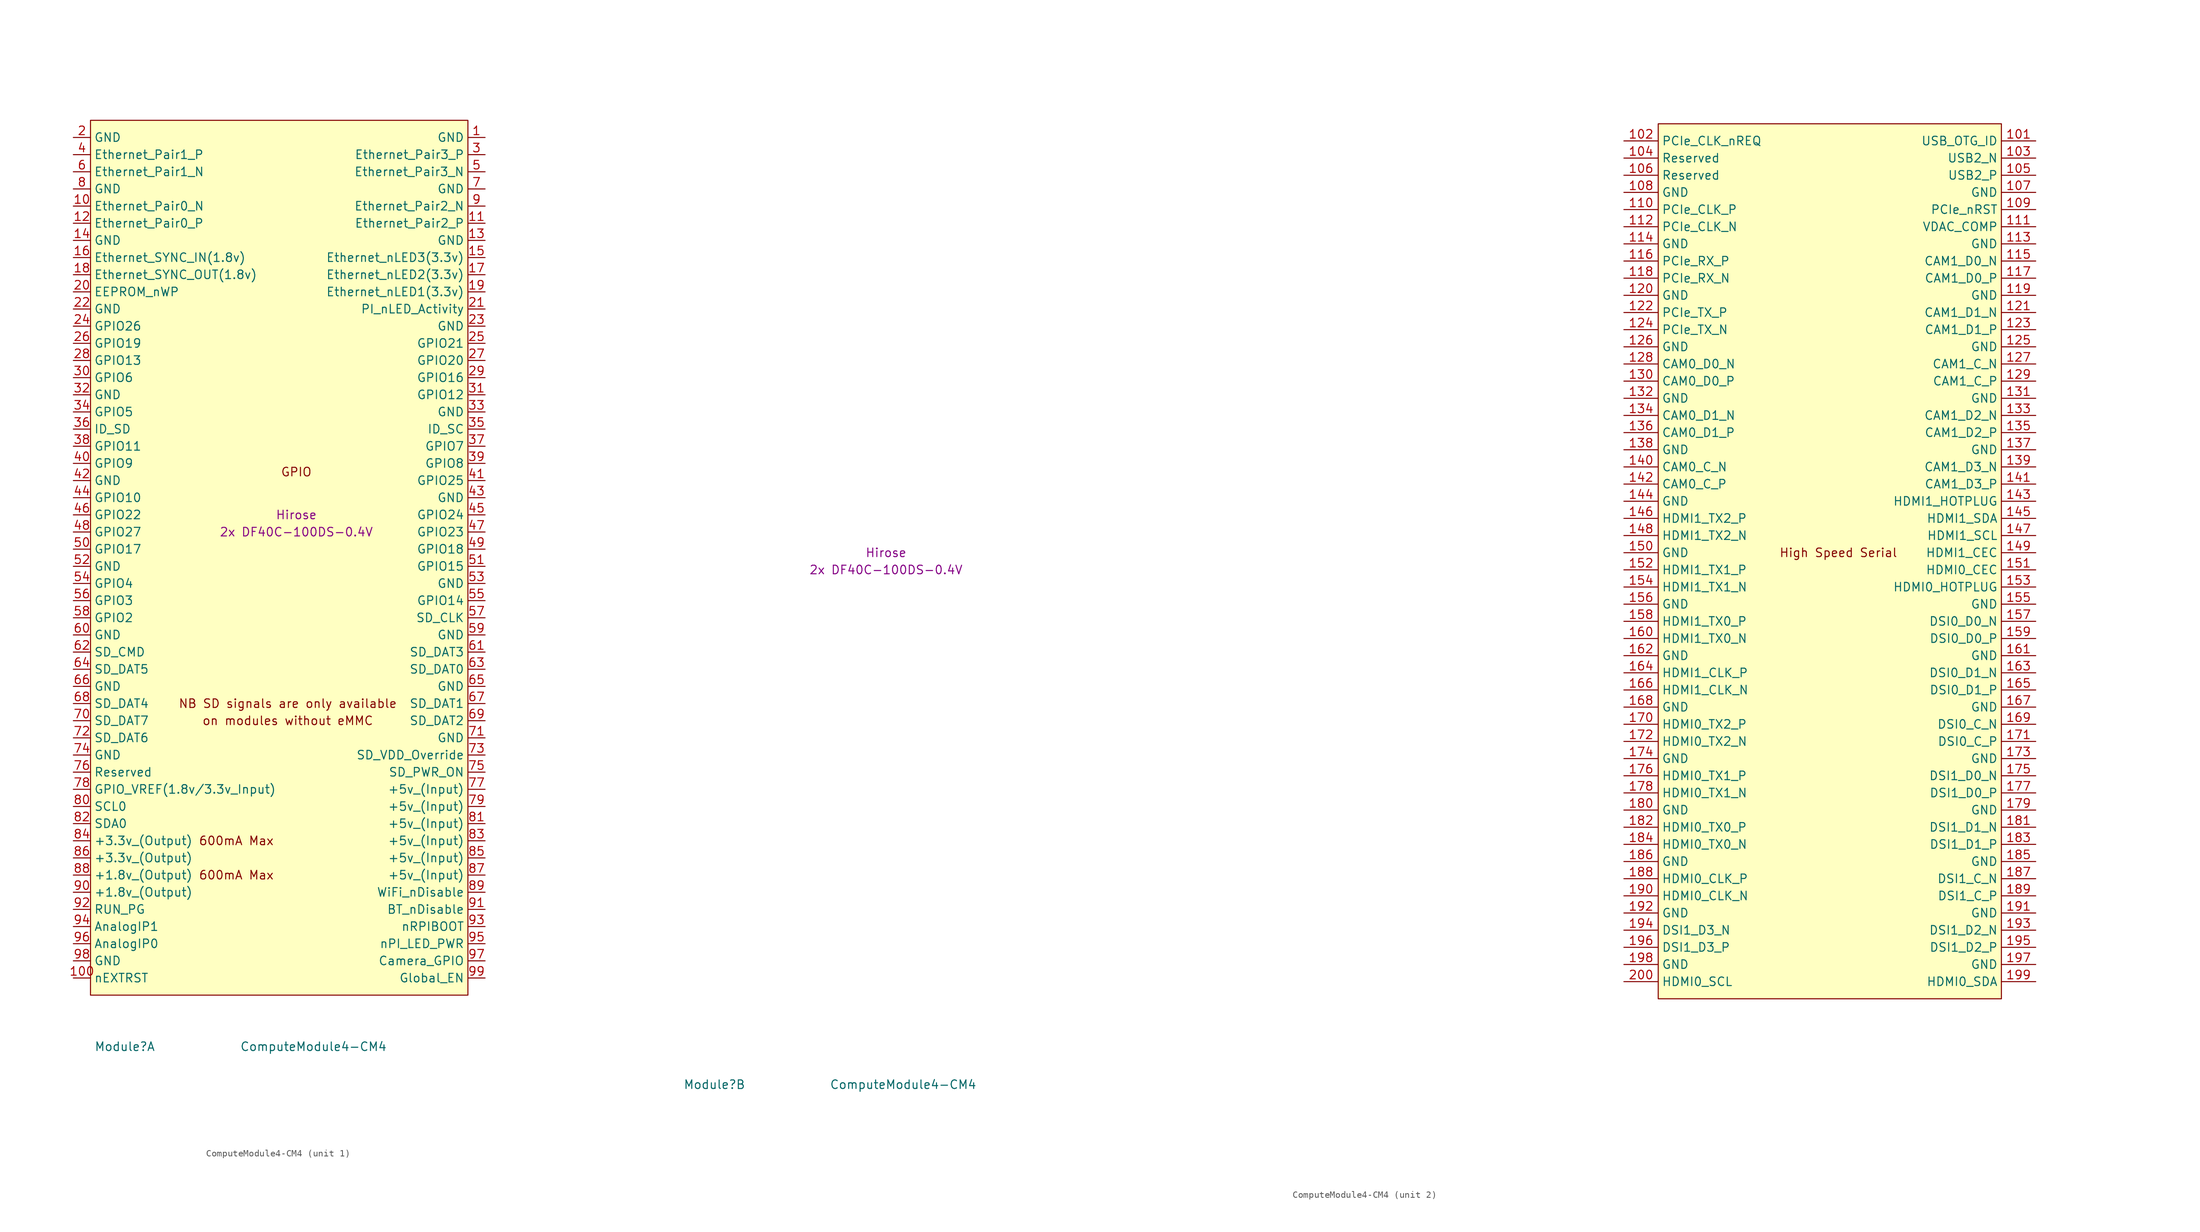
<source format=kicad_sym>
(kicad_symbol_lib
  (version 20220914)
  (generator kicad_symbol_editor)
  (symbol "ComputeModule4-CM4"
    (property "Reference" "Module"
      (at -25.4 -78.74 0)
      (effects (font (size 1.27 1.27))))
    (property "Value" "ComputeModule4-CM4"
      (at 2.54 -78.74 0)
      (effects (font (size 1.27 1.27))))
    (property "Field4" "Hirose"
      (at 0 0 0)
      (effects (font (size 1.27 1.27))))
    (property "Field5" "2x DF40C-100DS-0.4V"
      (at 0 -2.54 0)
      (effects (font (size 1.27 1.27))))
    (symbol "ComputeModule4-CM4_1_0"
      (text "GPIO" (at 0 6.35 0) (effects (font (size 1.27 1.27)))))
    (symbol "ComputeModule4-CM4_1_1"
      (rectangle (start -30.48 -71.12) (end 25.4 58.42) (stroke (width 0) (type default)) (fill (type background)))
      (text "600mA Max" (at -8.89 -53.34 0) (effects (font (size 1.27 1.27))))
      (text "600mA Max" (at -8.89 -48.26 0) (effects (font (size 1.27 1.27))))
      (text "NB SD signals are only available" (at -1.27 -27.94 0) (effects (font (size 1.27 1.27))))
      (text "on modules without eMMC" (at -1.27 -30.48 0) (effects (font (size 1.27 1.27))))
      (pin power_in line (at 27.94 55.88 180) (length 2.54) (name "GND" (effects (font (size 1.27 1.27)))) (number "1" (effects (font (size 1.27 1.27)))))
      (pin passive line (at -33.02 45.72 0) (length 2.54) (name "Ethernet_Pair0_N" (effects (font (size 1.27 1.27)))) (number "10" (effects (font (size 1.27 1.27)))))
      (pin output line (at -33.02 -68.58 0) (length 2.54) (name "nEXTRST" (effects (font (size 1.27 1.27)))) (number "100" (effects (font (size 1.27 1.27)))))
      (pin passive line (at 27.94 43.18 180) (length 2.54) (name "Ethernet_Pair2_P" (effects (font (size 1.27 1.27)))) (number "11" (effects (font (size 1.27 1.27)))))
      (pin passive line (at -33.02 43.18 0) (length 2.54) (name "Ethernet_Pair0_P" (effects (font (size 1.27 1.27)))) (number "12" (effects (font (size 1.27 1.27)))))
      (pin power_in line (at 27.94 40.64 180) (length 2.54) (name "GND" (effects (font (size 1.27 1.27)))) (number "13" (effects (font (size 1.27 1.27)))))
      (pin power_in line (at -33.02 40.64 0) (length 2.54) (name "GND" (effects (font (size 1.27 1.27)))) (number "14" (effects (font (size 1.27 1.27)))))
      (pin output line (at 27.94 38.1 180) (length 2.54) (name "Ethernet_nLED3(3.3v)" (effects (font (size 1.27 1.27)))) (number "15" (effects (font (size 1.27 1.27)))))
      (pin input line (at -33.02 38.1 0) (length 2.54) (name "Ethernet_SYNC_IN(1.8v)" (effects (font (size 1.27 1.27)))) (number "16" (effects (font (size 1.27 1.27)))))
      (pin output line (at 27.94 35.56 180) (length 2.54) (name "Ethernet_nLED2(3.3v)" (effects (font (size 1.27 1.27)))) (number "17" (effects (font (size 1.27 1.27)))))
      (pin input line (at -33.02 35.56 0) (length 2.54) (name "Ethernet_SYNC_OUT(1.8v)" (effects (font (size 1.27 1.27)))) (number "18" (effects (font (size 1.27 1.27)))))
      (pin output line (at 27.94 33.02 180) (length 2.54) (name "Ethernet_nLED1(3.3v)" (effects (font (size 1.27 1.27)))) (number "19" (effects (font (size 1.27 1.27)))))
      (pin power_in line (at -33.02 55.88 0) (length 2.54) (name "GND" (effects (font (size 1.27 1.27)))) (number "2" (effects (font (size 1.27 1.27)))))
      (pin passive line (at -33.02 33.02 0) (length 2.54) (name "EEPROM_nWP" (effects (font (size 1.27 1.27)))) (number "20" (effects (font (size 1.27 1.27)))))
      (pin open_collector line (at 27.94 30.48 180) (length 2.54) (name "PI_nLED_Activity" (effects (font (size 1.27 1.27)))) (number "21" (effects (font (size 1.27 1.27)))))
      (pin power_in line (at -33.02 30.48 0) (length 2.54) (name "GND" (effects (font (size 1.27 1.27)))) (number "22" (effects (font (size 1.27 1.27)))))
      (pin power_in line (at 27.94 27.94 180) (length 2.54) (name "GND" (effects (font (size 1.27 1.27)))) (number "23" (effects (font (size 1.27 1.27)))))
      (pin passive line (at -33.02 27.94 0) (length 2.54) (name "GPIO26" (effects (font (size 1.27 1.27)))) (number "24" (effects (font (size 1.27 1.27)))))
      (pin passive line (at 27.94 25.4 180) (length 2.54) (name "GPIO21" (effects (font (size 1.27 1.27)))) (number "25" (effects (font (size 1.27 1.27)))))
      (pin passive line (at -33.02 25.4 0) (length 2.54) (name "GPIO19" (effects (font (size 1.27 1.27)))) (number "26" (effects (font (size 1.27 1.27)))))
      (pin passive line (at 27.94 22.86 180) (length 2.54) (name "GPIO20" (effects (font (size 1.27 1.27)))) (number "27" (effects (font (size 1.27 1.27)))))
      (pin passive line (at -33.02 22.86 0) (length 2.54) (name "GPIO13" (effects (font (size 1.27 1.27)))) (number "28" (effects (font (size 1.27 1.27)))))
      (pin passive line (at 27.94 20.32 180) (length 2.54) (name "GPIO16" (effects (font (size 1.27 1.27)))) (number "29" (effects (font (size 1.27 1.27)))))
      (pin passive line (at 27.94 53.34 180) (length 2.54) (name "Ethernet_Pair3_P" (effects (font (size 1.27 1.27)))) (number "3" (effects (font (size 1.27 1.27)))))
      (pin passive line (at -33.02 20.32 0) (length 2.54) (name "GPIO6" (effects (font (size 1.27 1.27)))) (number "30" (effects (font (size 1.27 1.27)))))
      (pin passive line (at 27.94 17.78 180) (length 2.54) (name "GPIO12" (effects (font (size 1.27 1.27)))) (number "31" (effects (font (size 1.27 1.27)))))
      (pin power_in line (at -33.02 17.78 0) (length 2.54) (name "GND" (effects (font (size 1.27 1.27)))) (number "32" (effects (font (size 1.27 1.27)))))
      (pin power_in line (at 27.94 15.24 180) (length 2.54) (name "GND" (effects (font (size 1.27 1.27)))) (number "33" (effects (font (size 1.27 1.27)))))
      (pin passive line (at -33.02 15.24 0) (length 2.54) (name "GPIO5" (effects (font (size 1.27 1.27)))) (number "34" (effects (font (size 1.27 1.27)))))
      (pin passive line (at 27.94 12.7 180) (length 2.54) (name "ID_SC" (effects (font (size 1.27 1.27)))) (number "35" (effects (font (size 1.27 1.27)))))
      (pin passive line (at -33.02 12.7 0) (length 2.54) (name "ID_SD" (effects (font (size 1.27 1.27)))) (number "36" (effects (font (size 1.27 1.27)))))
      (pin passive line (at 27.94 10.16 180) (length 2.54) (name "GPIO7" (effects (font (size 1.27 1.27)))) (number "37" (effects (font (size 1.27 1.27)))))
      (pin passive line (at -33.02 10.16 0) (length 2.54) (name "GPIO11" (effects (font (size 1.27 1.27)))) (number "38" (effects (font (size 1.27 1.27)))))
      (pin passive line (at 27.94 7.62 180) (length 2.54) (name "GPIO8" (effects (font (size 1.27 1.27)))) (number "39" (effects (font (size 1.27 1.27)))))
      (pin passive line (at -33.02 53.34 0) (length 2.54) (name "Ethernet_Pair1_P" (effects (font (size 1.27 1.27)))) (number "4" (effects (font (size 1.27 1.27)))))
      (pin passive line (at -33.02 7.62 0) (length 2.54) (name "GPIO9" (effects (font (size 1.27 1.27)))) (number "40" (effects (font (size 1.27 1.27)))))
      (pin passive line (at 27.94 5.08 180) (length 2.54) (name "GPIO25" (effects (font (size 1.27 1.27)))) (number "41" (effects (font (size 1.27 1.27)))))
      (pin power_in line (at -33.02 5.08 0) (length 2.54) (name "GND" (effects (font (size 1.27 1.27)))) (number "42" (effects (font (size 1.27 1.27)))))
      (pin power_in line (at 27.94 2.54 180) (length 2.54) (name "GND" (effects (font (size 1.27 1.27)))) (number "43" (effects (font (size 1.27 1.27)))))
      (pin passive line (at -33.02 2.54 0) (length 2.54) (name "GPIO10" (effects (font (size 1.27 1.27)))) (number "44" (effects (font (size 1.27 1.27)))))
      (pin passive line (at 27.94 0 180) (length 2.54) (name "GPIO24" (effects (font (size 1.27 1.27)))) (number "45" (effects (font (size 1.27 1.27)))))
      (pin passive line (at -33.02 0 0) (length 2.54) (name "GPIO22" (effects (font (size 1.27 1.27)))) (number "46" (effects (font (size 1.27 1.27)))))
      (pin passive line (at 27.94 -2.54 180) (length 2.54) (name "GPIO23" (effects (font (size 1.27 1.27)))) (number "47" (effects (font (size 1.27 1.27)))))
      (pin passive line (at -33.02 -2.54 0) (length 2.54) (name "GPIO27" (effects (font (size 1.27 1.27)))) (number "48" (effects (font (size 1.27 1.27)))))
      (pin passive line (at 27.94 -5.08 180) (length 2.54) (name "GPIO18" (effects (font (size 1.27 1.27)))) (number "49" (effects (font (size 1.27 1.27)))))
      (pin passive line (at 27.94 50.8 180) (length 2.54) (name "Ethernet_Pair3_N" (effects (font (size 1.27 1.27)))) (number "5" (effects (font (size 1.27 1.27)))))
      (pin passive line (at -33.02 -5.08 0) (length 2.54) (name "GPIO17" (effects (font (size 1.27 1.27)))) (number "50" (effects (font (size 1.27 1.27)))))
      (pin passive line (at 27.94 -7.62 180) (length 2.54) (name "GPIO15" (effects (font (size 1.27 1.27)))) (number "51" (effects (font (size 1.27 1.27)))))
      (pin power_in line (at -33.02 -7.62 0) (length 2.54) (name "GND" (effects (font (size 1.27 1.27)))) (number "52" (effects (font (size 1.27 1.27)))))
      (pin power_in line (at 27.94 -10.16 180) (length 2.54) (name "GND" (effects (font (size 1.27 1.27)))) (number "53" (effects (font (size 1.27 1.27)))))
      (pin passive line (at -33.02 -10.16 0) (length 2.54) (name "GPIO4" (effects (font (size 1.27 1.27)))) (number "54" (effects (font (size 1.27 1.27)))))
      (pin passive line (at 27.94 -12.7 180) (length 2.54) (name "GPIO14" (effects (font (size 1.27 1.27)))) (number "55" (effects (font (size 1.27 1.27)))))
      (pin passive line (at -33.02 -12.7 0) (length 2.54) (name "GPIO3" (effects (font (size 1.27 1.27)))) (number "56" (effects (font (size 1.27 1.27)))))
      (pin passive line (at 27.94 -15.24 180) (length 2.54) (name "SD_CLK" (effects (font (size 1.27 1.27)))) (number "57" (effects (font (size 1.27 1.27)))))
      (pin passive line (at -33.02 -15.24 0) (length 2.54) (name "GPIO2" (effects (font (size 1.27 1.27)))) (number "58" (effects (font (size 1.27 1.27)))))
      (pin power_in line (at 27.94 -17.78 180) (length 2.54) (name "GND" (effects (font (size 1.27 1.27)))) (number "59" (effects (font (size 1.27 1.27)))))
      (pin passive line (at -33.02 50.8 0) (length 2.54) (name "Ethernet_Pair1_N" (effects (font (size 1.27 1.27)))) (number "6" (effects (font (size 1.27 1.27)))))
      (pin power_in line (at -33.02 -17.78 0) (length 2.54) (name "GND" (effects (font (size 1.27 1.27)))) (number "60" (effects (font (size 1.27 1.27)))))
      (pin passive line (at 27.94 -20.32 180) (length 2.54) (name "SD_DAT3" (effects (font (size 1.27 1.27)))) (number "61" (effects (font (size 1.27 1.27)))))
      (pin passive line (at -33.02 -20.32 0) (length 2.54) (name "SD_CMD" (effects (font (size 1.27 1.27)))) (number "62" (effects (font (size 1.27 1.27)))))
      (pin passive line (at 27.94 -22.86 180) (length 2.54) (name "SD_DAT0" (effects (font (size 1.27 1.27)))) (number "63" (effects (font (size 1.27 1.27)))))
      (pin passive line (at -33.02 -22.86 0) (length 2.54) (name "SD_DAT5" (effects (font (size 1.27 1.27)))) (number "64" (effects (font (size 1.27 1.27)))))
      (pin power_in line (at 27.94 -25.4 180) (length 2.54) (name "GND" (effects (font (size 1.27 1.27)))) (number "65" (effects (font (size 1.27 1.27)))))
      (pin power_in line (at -33.02 -25.4 0) (length 2.54) (name "GND" (effects (font (size 1.27 1.27)))) (number "66" (effects (font (size 1.27 1.27)))))
      (pin passive line (at 27.94 -27.94 180) (length 2.54) (name "SD_DAT1" (effects (font (size 1.27 1.27)))) (number "67" (effects (font (size 1.27 1.27)))))
      (pin passive line (at -33.02 -27.94 0) (length 2.54) (name "SD_DAT4" (effects (font (size 1.27 1.27)))) (number "68" (effects (font (size 1.27 1.27)))))
      (pin passive line (at 27.94 -30.48 180) (length 2.54) (name "SD_DAT2" (effects (font (size 1.27 1.27)))) (number "69" (effects (font (size 1.27 1.27)))))
      (pin power_in line (at 27.94 48.26 180) (length 2.54) (name "GND" (effects (font (size 1.27 1.27)))) (number "7" (effects (font (size 1.27 1.27)))))
      (pin passive line (at -33.02 -30.48 0) (length 2.54) (name "SD_DAT7" (effects (font (size 1.27 1.27)))) (number "70" (effects (font (size 1.27 1.27)))))
      (pin power_in line (at 27.94 -33.02 180) (length 2.54) (name "GND" (effects (font (size 1.27 1.27)))) (number "71" (effects (font (size 1.27 1.27)))))
      (pin passive line (at -33.02 -33.02 0) (length 2.54) (name "SD_DAT6" (effects (font (size 1.27 1.27)))) (number "72" (effects (font (size 1.27 1.27)))))
      (pin input line (at 27.94 -35.56 180) (length 2.54) (name "SD_VDD_Override" (effects (font (size 1.27 1.27)))) (number "73" (effects (font (size 1.27 1.27)))))
      (pin power_in line (at -33.02 -35.56 0) (length 2.54) (name "GND" (effects (font (size 1.27 1.27)))) (number "74" (effects (font (size 1.27 1.27)))))
      (pin output line (at 27.94 -38.1 180) (length 2.54) (name "SD_PWR_ON" (effects (font (size 1.27 1.27)))) (number "75" (effects (font (size 1.27 1.27)))))
      (pin passive line (at -33.02 -38.1 0) (length 2.54) (name "Reserved" (effects (font (size 1.27 1.27)))) (number "76" (effects (font (size 1.27 1.27)))))
      (pin power_in line (at 27.94 -40.64 180) (length 2.54) (name "+5v_(Input)" (effects (font (size 1.27 1.27)))) (number "77" (effects (font (size 1.27 1.27)))))
      (pin power_in line (at -33.02 -40.64 0) (length 2.54) (name "GPIO_VREF(1.8v/3.3v_Input)" (effects (font (size 1.27 1.27)))) (number "78" (effects (font (size 1.27 1.27)))))
      (pin power_in line (at 27.94 -43.18 180) (length 2.54) (name "+5v_(Input)" (effects (font (size 1.27 1.27)))) (number "79" (effects (font (size 1.27 1.27)))))
      (pin power_in line (at -33.02 48.26 0) (length 2.54) (name "GND" (effects (font (size 1.27 1.27)))) (number "8" (effects (font (size 1.27 1.27)))))
      (pin passive line (at -33.02 -43.18 0) (length 2.54) (name "SCL0" (effects (font (size 1.27 1.27)))) (number "80" (effects (font (size 1.27 1.27)))))
      (pin power_in line (at 27.94 -45.72 180) (length 2.54) (name "+5v_(Input)" (effects (font (size 1.27 1.27)))) (number "81" (effects (font (size 1.27 1.27)))))
      (pin passive line (at -33.02 -45.72 0) (length 2.54) (name "SDA0" (effects (font (size 1.27 1.27)))) (number "82" (effects (font (size 1.27 1.27)))))
      (pin power_in line (at 27.94 -48.26 180) (length 2.54) (name "+5v_(Input)" (effects (font (size 1.27 1.27)))) (number "83" (effects (font (size 1.27 1.27)))))
      (pin power_out line (at -33.02 -48.26 0) (length 2.54) (name "+3.3v_(Output)" (effects (font (size 1.27 1.27)))) (number "84" (effects (font (size 1.27 1.27)))))
      (pin power_in line (at 27.94 -50.8 180) (length 2.54) (name "+5v_(Input)" (effects (font (size 1.27 1.27)))) (number "85" (effects (font (size 1.27 1.27)))))
      (pin power_out line (at -33.02 -50.8 0) (length 2.54) (name "+3.3v_(Output)" (effects (font (size 1.27 1.27)))) (number "86" (effects (font (size 1.27 1.27)))))
      (pin power_in line (at 27.94 -53.34 180) (length 2.54) (name "+5v_(Input)" (effects (font (size 1.27 1.27)))) (number "87" (effects (font (size 1.27 1.27)))))
      (pin power_out line (at -33.02 -53.34 0) (length 2.54) (name "+1.8v_(Output)" (effects (font (size 1.27 1.27)))) (number "88" (effects (font (size 1.27 1.27)))))
      (pin power_in line (at 27.94 -55.88 180) (length 2.54) (name "WiFi_nDisable" (effects (font (size 1.27 1.27)))) (number "89" (effects (font (size 1.27 1.27)))))
      (pin passive line (at 27.94 45.72 180) (length 2.54) (name "Ethernet_Pair2_N" (effects (font (size 1.27 1.27)))) (number "9" (effects (font (size 1.27 1.27)))))
      (pin power_out line (at -33.02 -55.88 0) (length 2.54) (name "+1.8v_(Output)" (effects (font (size 1.27 1.27)))) (number "90" (effects (font (size 1.27 1.27)))))
      (pin power_in line (at 27.94 -58.42 180) (length 2.54) (name "BT_nDisable" (effects (font (size 1.27 1.27)))) (number "91" (effects (font (size 1.27 1.27)))))
      (pin passive line (at -33.02 -58.42 0) (length 2.54) (name "RUN_PG" (effects (font (size 1.27 1.27)))) (number "92" (effects (font (size 1.27 1.27)))))
      (pin input line (at 27.94 -60.96 180) (length 2.54) (name "nRPIBOOT" (effects (font (size 1.27 1.27)))) (number "93" (effects (font (size 1.27 1.27)))))
      (pin passive line (at -33.02 -60.96 0) (length 2.54) (name "AnalogIP1" (effects (font (size 1.27 1.27)))) (number "94" (effects (font (size 1.27 1.27)))))
      (pin output line (at 27.94 -63.5 180) (length 2.54) (name "nPI_LED_PWR" (effects (font (size 1.27 1.27)))) (number "95" (effects (font (size 1.27 1.27)))))
      (pin passive line (at -33.02 -63.5 0) (length 2.54) (name "AnalogIP0" (effects (font (size 1.27 1.27)))) (number "96" (effects (font (size 1.27 1.27)))))
      (pin passive line (at 27.94 -66.04 180) (length 2.54) (name "Camera_GPIO" (effects (font (size 1.27 1.27)))) (number "97" (effects (font (size 1.27 1.27)))))
      (pin power_in line (at -33.02 -66.04 0) (length 2.54) (name "GND" (effects (font (size 1.27 1.27)))) (number "98" (effects (font (size 1.27 1.27)))))
      (pin input line (at 27.94 -68.58 180) (length 2.54) (name "Global_EN" (effects (font (size 1.27 1.27)))) (number "99" (effects (font (size 1.27 1.27))))))
    (symbol "ComputeModule4-CM4_2_1"
      (rectangle (start 114.3 -66.04) (end 165.1 63.5) (stroke (width 0) (type default)) (fill (type background)))
      (text "High Speed Serial" (at 140.97 0 0) (effects (font (size 1.27 1.27))))
      (pin input line (at 170.18 60.96 180) (length 5.08) (name "USB_OTG_ID" (effects (font (size 1.27 1.27)))) (number "101" (effects (font (size 1.27 1.27)))))
      (pin input line (at 109.22 60.96 0) (length 5.08) (name "PCIe_CLK_nREQ" (effects (font (size 1.27 1.27)))) (number "102" (effects (font (size 1.27 1.27)))))
      (pin passive line (at 170.18 58.42 180) (length 5.08) (name "USB2_N" (effects (font (size 1.27 1.27)))) (number "103" (effects (font (size 1.27 1.27)))))
      (pin passive line (at 109.22 58.42 0) (length 5.08) (name "Reserved" (effects (font (size 1.27 1.27)))) (number "104" (effects (font (size 1.27 1.27)))))
      (pin passive line (at 170.18 55.88 180) (length 5.08) (name "USB2_P" (effects (font (size 1.27 1.27)))) (number "105" (effects (font (size 1.27 1.27)))))
      (pin passive line (at 109.22 55.88 0) (length 5.08) (name "Reserved" (effects (font (size 1.27 1.27)))) (number "106" (effects (font (size 1.27 1.27)))))
      (pin power_in line (at 170.18 53.34 180) (length 5.08) (name "GND" (effects (font (size 1.27 1.27)))) (number "107" (effects (font (size 1.27 1.27)))))
      (pin power_in line (at 109.22 53.34 0) (length 5.08) (name "GND" (effects (font (size 1.27 1.27)))) (number "108" (effects (font (size 1.27 1.27)))))
      (pin bidirectional line (at 170.18 50.8 180) (length 5.08) (name "PCIe_nRST" (effects (font (size 1.27 1.27)))) (number "109" (effects (font (size 1.27 1.27)))))
      (pin output line (at 109.22 50.8 0) (length 5.08) (name "PCIe_CLK_P" (effects (font (size 1.27 1.27)))) (number "110" (effects (font (size 1.27 1.27)))))
      (pin passive line (at 170.18 48.26 180) (length 5.08) (name "VDAC_COMP" (effects (font (size 1.27 1.27)))) (number "111" (effects (font (size 1.27 1.27)))))
      (pin output line (at 109.22 48.26 0) (length 5.08) (name "PCIe_CLK_N" (effects (font (size 1.27 1.27)))) (number "112" (effects (font (size 1.27 1.27)))))
      (pin power_in line (at 170.18 45.72 180) (length 5.08) (name "GND" (effects (font (size 1.27 1.27)))) (number "113" (effects (font (size 1.27 1.27)))))
      (pin power_in line (at 109.22 45.72 0) (length 5.08) (name "GND" (effects (font (size 1.27 1.27)))) (number "114" (effects (font (size 1.27 1.27)))))
      (pin input line (at 170.18 43.18 180) (length 5.08) (name "CAM1_D0_N" (effects (font (size 1.27 1.27)))) (number "115" (effects (font (size 1.27 1.27)))))
      (pin input line (at 109.22 43.18 0) (length 5.08) (name "PCIe_RX_P" (effects (font (size 1.27 1.27)))) (number "116" (effects (font (size 1.27 1.27)))))
      (pin input line (at 170.18 40.64 180) (length 5.08) (name "CAM1_D0_P" (effects (font (size 1.27 1.27)))) (number "117" (effects (font (size 1.27 1.27)))))
      (pin input line (at 109.22 40.64 0) (length 5.08) (name "PCIe_RX_N" (effects (font (size 1.27 1.27)))) (number "118" (effects (font (size 1.27 1.27)))))
      (pin power_in line (at 170.18 38.1 180) (length 5.08) (name "GND" (effects (font (size 1.27 1.27)))) (number "119" (effects (font (size 1.27 1.27)))))
      (pin power_in line (at 109.22 38.1 0) (length 5.08) (name "GND" (effects (font (size 1.27 1.27)))) (number "120" (effects (font (size 1.27 1.27)))))
      (pin input line (at 170.18 35.56 180) (length 5.08) (name "CAM1_D1_N" (effects (font (size 1.27 1.27)))) (number "121" (effects (font (size 1.27 1.27)))))
      (pin output line (at 109.22 35.56 0) (length 5.08) (name "PCIe_TX_P" (effects (font (size 1.27 1.27)))) (number "122" (effects (font (size 1.27 1.27)))))
      (pin input line (at 170.18 33.02 180) (length 5.08) (name "CAM1_D1_P" (effects (font (size 1.27 1.27)))) (number "123" (effects (font (size 1.27 1.27)))))
      (pin output line (at 109.22 33.02 0) (length 5.08) (name "PCIe_TX_N" (effects (font (size 1.27 1.27)))) (number "124" (effects (font (size 1.27 1.27)))))
      (pin power_in line (at 170.18 30.48 180) (length 5.08) (name "GND" (effects (font (size 1.27 1.27)))) (number "125" (effects (font (size 1.27 1.27)))))
      (pin power_in line (at 109.22 30.48 0) (length 5.08) (name "GND" (effects (font (size 1.27 1.27)))) (number "126" (effects (font (size 1.27 1.27)))))
      (pin input line (at 170.18 27.94 180) (length 5.08) (name "CAM1_C_N" (effects (font (size 1.27 1.27)))) (number "127" (effects (font (size 1.27 1.27)))))
      (pin input line (at 109.22 27.94 0) (length 5.08) (name "CAM0_D0_N" (effects (font (size 1.27 1.27)))) (number "128" (effects (font (size 1.27 1.27)))))
      (pin input line (at 170.18 25.4 180) (length 5.08) (name "CAM1_C_P" (effects (font (size 1.27 1.27)))) (number "129" (effects (font (size 1.27 1.27)))))
      (pin input line (at 109.22 25.4 0) (length 5.08) (name "CAM0_D0_P" (effects (font (size 1.27 1.27)))) (number "130" (effects (font (size 1.27 1.27)))))
      (pin power_in line (at 170.18 22.86 180) (length 5.08) (name "GND" (effects (font (size 1.27 1.27)))) (number "131" (effects (font (size 1.27 1.27)))))
      (pin power_in line (at 109.22 22.86 0) (length 5.08) (name "GND" (effects (font (size 1.27 1.27)))) (number "132" (effects (font (size 1.27 1.27)))))
      (pin input line (at 170.18 20.32 180) (length 5.08) (name "CAM1_D2_N" (effects (font (size 1.27 1.27)))) (number "133" (effects (font (size 1.27 1.27)))))
      (pin input line (at 109.22 20.32 0) (length 5.08) (name "CAM0_D1_N" (effects (font (size 1.27 1.27)))) (number "134" (effects (font (size 1.27 1.27)))))
      (pin input line (at 170.18 17.78 180) (length 5.08) (name "CAM1_D2_P" (effects (font (size 1.27 1.27)))) (number "135" (effects (font (size 1.27 1.27)))))
      (pin input line (at 109.22 17.78 0) (length 5.08) (name "CAM0_D1_P" (effects (font (size 1.27 1.27)))) (number "136" (effects (font (size 1.27 1.27)))))
      (pin power_in line (at 170.18 15.24 180) (length 5.08) (name "GND" (effects (font (size 1.27 1.27)))) (number "137" (effects (font (size 1.27 1.27)))))
      (pin power_in line (at 109.22 15.24 0) (length 5.08) (name "GND" (effects (font (size 1.27 1.27)))) (number "138" (effects (font (size 1.27 1.27)))))
      (pin input line (at 170.18 12.7 180) (length 5.08) (name "CAM1_D3_N" (effects (font (size 1.27 1.27)))) (number "139" (effects (font (size 1.27 1.27)))))
      (pin input line (at 109.22 12.7 0) (length 5.08) (name "CAM0_C_N" (effects (font (size 1.27 1.27)))) (number "140" (effects (font (size 1.27 1.27)))))
      (pin input line (at 170.18 10.16 180) (length 5.08) (name "CAM1_D3_P" (effects (font (size 1.27 1.27)))) (number "141" (effects (font (size 1.27 1.27)))))
      (pin input line (at 109.22 10.16 0) (length 5.08) (name "CAM0_C_P" (effects (font (size 1.27 1.27)))) (number "142" (effects (font (size 1.27 1.27)))))
      (pin input line (at 170.18 7.62 180) (length 5.08) (name "HDMI1_HOTPLUG" (effects (font (size 1.27 1.27)))) (number "143" (effects (font (size 1.27 1.27)))))
      (pin power_in line (at 109.22 7.62 0) (length 5.08) (name "GND" (effects (font (size 1.27 1.27)))) (number "144" (effects (font (size 1.27 1.27)))))
      (pin bidirectional line (at 170.18 5.08 180) (length 5.08) (name "HDMI1_SDA" (effects (font (size 1.27 1.27)))) (number "145" (effects (font (size 1.27 1.27)))))
      (pin output line (at 109.22 5.08 0) (length 5.08) (name "HDMI1_TX2_P" (effects (font (size 1.27 1.27)))) (number "146" (effects (font (size 1.27 1.27)))))
      (pin open_collector line (at 170.18 2.54 180) (length 5.08) (name "HDMI1_SCL" (effects (font (size 1.27 1.27)))) (number "147" (effects (font (size 1.27 1.27)))))
      (pin output line (at 109.22 2.54 0) (length 5.08) (name "HDMI1_TX2_N" (effects (font (size 1.27 1.27)))) (number "148" (effects (font (size 1.27 1.27)))))
      (pin open_collector line (at 170.18 0 180) (length 5.08) (name "HDMI1_CEC" (effects (font (size 1.27 1.27)))) (number "149" (effects (font (size 1.27 1.27)))))
      (pin power_in line (at 109.22 0 0) (length 5.08) (name "GND" (effects (font (size 1.27 1.27)))) (number "150" (effects (font (size 1.27 1.27)))))
      (pin open_collector line (at 170.18 -2.54 180) (length 5.08) (name "HDMI0_CEC" (effects (font (size 1.27 1.27)))) (number "151" (effects (font (size 1.27 1.27)))))
      (pin output line (at 109.22 -2.54 0) (length 5.08) (name "HDMI1_TX1_P" (effects (font (size 1.27 1.27)))) (number "152" (effects (font (size 1.27 1.27)))))
      (pin input line (at 170.18 -5.08 180) (length 5.08) (name "HDMI0_HOTPLUG" (effects (font (size 1.27 1.27)))) (number "153" (effects (font (size 1.27 1.27)))))
      (pin output line (at 109.22 -5.08 0) (length 5.08) (name "HDMI1_TX1_N" (effects (font (size 1.27 1.27)))) (number "154" (effects (font (size 1.27 1.27)))))
      (pin power_in line (at 170.18 -7.62 180) (length 5.08) (name "GND" (effects (font (size 1.27 1.27)))) (number "155" (effects (font (size 1.27 1.27)))))
      (pin power_in line (at 109.22 -7.62 0) (length 5.08) (name "GND" (effects (font (size 1.27 1.27)))) (number "156" (effects (font (size 1.27 1.27)))))
      (pin output line (at 170.18 -10.16 180) (length 5.08) (name "DSI0_D0_N" (effects (font (size 1.27 1.27)))) (number "157" (effects (font (size 1.27 1.27)))))
      (pin output line (at 109.22 -10.16 0) (length 5.08) (name "HDMI1_TX0_P" (effects (font (size 1.27 1.27)))) (number "158" (effects (font (size 1.27 1.27)))))
      (pin output line (at 170.18 -12.7 180) (length 5.08) (name "DSI0_D0_P" (effects (font (size 1.27 1.27)))) (number "159" (effects (font (size 1.27 1.27)))))
      (pin output line (at 109.22 -12.7 0) (length 5.08) (name "HDMI1_TX0_N" (effects (font (size 1.27 1.27)))) (number "160" (effects (font (size 1.27 1.27)))))
      (pin power_in line (at 170.18 -15.24 180) (length 5.08) (name "GND" (effects (font (size 1.27 1.27)))) (number "161" (effects (font (size 1.27 1.27)))))
      (pin power_in line (at 109.22 -15.24 0) (length 5.08) (name "GND" (effects (font (size 1.27 1.27)))) (number "162" (effects (font (size 1.27 1.27)))))
      (pin output line (at 170.18 -17.78 180) (length 5.08) (name "DSI0_D1_N" (effects (font (size 1.27 1.27)))) (number "163" (effects (font (size 1.27 1.27)))))
      (pin output line (at 109.22 -17.78 0) (length 5.08) (name "HDMI1_CLK_P" (effects (font (size 1.27 1.27)))) (number "164" (effects (font (size 1.27 1.27)))))
      (pin output line (at 170.18 -20.32 180) (length 5.08) (name "DSI0_D1_P" (effects (font (size 1.27 1.27)))) (number "165" (effects (font (size 1.27 1.27)))))
      (pin output line (at 109.22 -20.32 0) (length 5.08) (name "HDMI1_CLK_N" (effects (font (size 1.27 1.27)))) (number "166" (effects (font (size 1.27 1.27)))))
      (pin power_in line (at 170.18 -22.86 180) (length 5.08) (name "GND" (effects (font (size 1.27 1.27)))) (number "167" (effects (font (size 1.27 1.27)))))
      (pin power_in line (at 109.22 -22.86 0) (length 5.08) (name "GND" (effects (font (size 1.27 1.27)))) (number "168" (effects (font (size 1.27 1.27)))))
      (pin output line (at 170.18 -25.4 180) (length 5.08) (name "DSI0_C_N" (effects (font (size 1.27 1.27)))) (number "169" (effects (font (size 1.27 1.27)))))
      (pin output line (at 109.22 -25.4 0) (length 5.08) (name "HDMI0_TX2_P" (effects (font (size 1.27 1.27)))) (number "170" (effects (font (size 1.27 1.27)))))
      (pin output line (at 170.18 -27.94 180) (length 5.08) (name "DSI0_C_P" (effects (font (size 1.27 1.27)))) (number "171" (effects (font (size 1.27 1.27)))))
      (pin output line (at 109.22 -27.94 0) (length 5.08) (name "HDMI0_TX2_N" (effects (font (size 1.27 1.27)))) (number "172" (effects (font (size 1.27 1.27)))))
      (pin power_in line (at 170.18 -30.48 180) (length 5.08) (name "GND" (effects (font (size 1.27 1.27)))) (number "173" (effects (font (size 1.27 1.27)))))
      (pin power_in line (at 109.22 -30.48 0) (length 5.08) (name "GND" (effects (font (size 1.27 1.27)))) (number "174" (effects (font (size 1.27 1.27)))))
      (pin output line (at 170.18 -33.02 180) (length 5.08) (name "DSI1_D0_N" (effects (font (size 1.27 1.27)))) (number "175" (effects (font (size 1.27 1.27)))))
      (pin output line (at 109.22 -33.02 0) (length 5.08) (name "HDMI0_TX1_P" (effects (font (size 1.27 1.27)))) (number "176" (effects (font (size 1.27 1.27)))))
      (pin output line (at 170.18 -35.56 180) (length 5.08) (name "DSI1_D0_P" (effects (font (size 1.27 1.27)))) (number "177" (effects (font (size 1.27 1.27)))))
      (pin output line (at 109.22 -35.56 0) (length 5.08) (name "HDMI0_TX1_N" (effects (font (size 1.27 1.27)))) (number "178" (effects (font (size 1.27 1.27)))))
      (pin power_in line (at 170.18 -38.1 180) (length 5.08) (name "GND" (effects (font (size 1.27 1.27)))) (number "179" (effects (font (size 1.27 1.27)))))
      (pin power_in line (at 109.22 -38.1 0) (length 5.08) (name "GND" (effects (font (size 1.27 1.27)))) (number "180" (effects (font (size 1.27 1.27)))))
      (pin output line (at 170.18 -40.64 180) (length 5.08) (name "DSI1_D1_N" (effects (font (size 1.27 1.27)))) (number "181" (effects (font (size 1.27 1.27)))))
      (pin output line (at 109.22 -40.64 0) (length 5.08) (name "HDMI0_TX0_P" (effects (font (size 1.27 1.27)))) (number "182" (effects (font (size 1.27 1.27)))))
      (pin output line (at 170.18 -43.18 180) (length 5.08) (name "DSI1_D1_P" (effects (font (size 1.27 1.27)))) (number "183" (effects (font (size 1.27 1.27)))))
      (pin output line (at 109.22 -43.18 0) (length 5.08) (name "HDMI0_TX0_N" (effects (font (size 1.27 1.27)))) (number "184" (effects (font (size 1.27 1.27)))))
      (pin power_in line (at 170.18 -45.72 180) (length 5.08) (name "GND" (effects (font (size 1.27 1.27)))) (number "185" (effects (font (size 1.27 1.27)))))
      (pin power_in line (at 109.22 -45.72 0) (length 5.08) (name "GND" (effects (font (size 1.27 1.27)))) (number "186" (effects (font (size 1.27 1.27)))))
      (pin output line (at 170.18 -48.26 180) (length 5.08) (name "DSI1_C_N" (effects (font (size 1.27 1.27)))) (number "187" (effects (font (size 1.27 1.27)))))
      (pin output line (at 109.22 -48.26 0) (length 5.08) (name "HDMI0_CLK_P" (effects (font (size 1.27 1.27)))) (number "188" (effects (font (size 1.27 1.27)))))
      (pin output line (at 170.18 -50.8 180) (length 5.08) (name "DSI1_C_P" (effects (font (size 1.27 1.27)))) (number "189" (effects (font (size 1.27 1.27)))))
      (pin output line (at 109.22 -50.8 0) (length 5.08) (name "HDMI0_CLK_N" (effects (font (size 1.27 1.27)))) (number "190" (effects (font (size 1.27 1.27)))))
      (pin power_in line (at 170.18 -53.34 180) (length 5.08) (name "GND" (effects (font (size 1.27 1.27)))) (number "191" (effects (font (size 1.27 1.27)))))
      (pin power_in line (at 109.22 -53.34 0) (length 5.08) (name "GND" (effects (font (size 1.27 1.27)))) (number "192" (effects (font (size 1.27 1.27)))))
      (pin output line (at 170.18 -55.88 180) (length 5.08) (name "DSI1_D2_N" (effects (font (size 1.27 1.27)))) (number "193" (effects (font (size 1.27 1.27)))))
      (pin output line (at 109.22 -55.88 0) (length 5.08) (name "DSI1_D3_N" (effects (font (size 1.27 1.27)))) (number "194" (effects (font (size 1.27 1.27)))))
      (pin output line (at 170.18 -58.42 180) (length 5.08) (name "DSI1_D2_P" (effects (font (size 1.27 1.27)))) (number "195" (effects (font (size 1.27 1.27)))))
      (pin output line (at 109.22 -58.42 0) (length 5.08) (name "DSI1_D3_P" (effects (font (size 1.27 1.27)))) (number "196" (effects (font (size 1.27 1.27)))))
      (pin power_in line (at 170.18 -60.96 180) (length 5.08) (name "GND" (effects (font (size 1.27 1.27)))) (number "197" (effects (font (size 1.27 1.27)))))
      (pin power_in line (at 109.22 -60.96 0) (length 5.08) (name "GND" (effects (font (size 1.27 1.27)))) (number "198" (effects (font (size 1.27 1.27)))))
      (pin bidirectional line (at 170.18 -63.5 180) (length 5.08) (name "HDMI0_SDA" (effects (font (size 1.27 1.27)))) (number "199" (effects (font (size 1.27 1.27)))))
      (pin open_collector line (at 109.22 -63.5 0) (length 5.08) (name "HDMI0_SCL" (effects (font (size 1.27 1.27)))) (number "200" (effects (font (size 1.27 1.27))))))))
</source>
